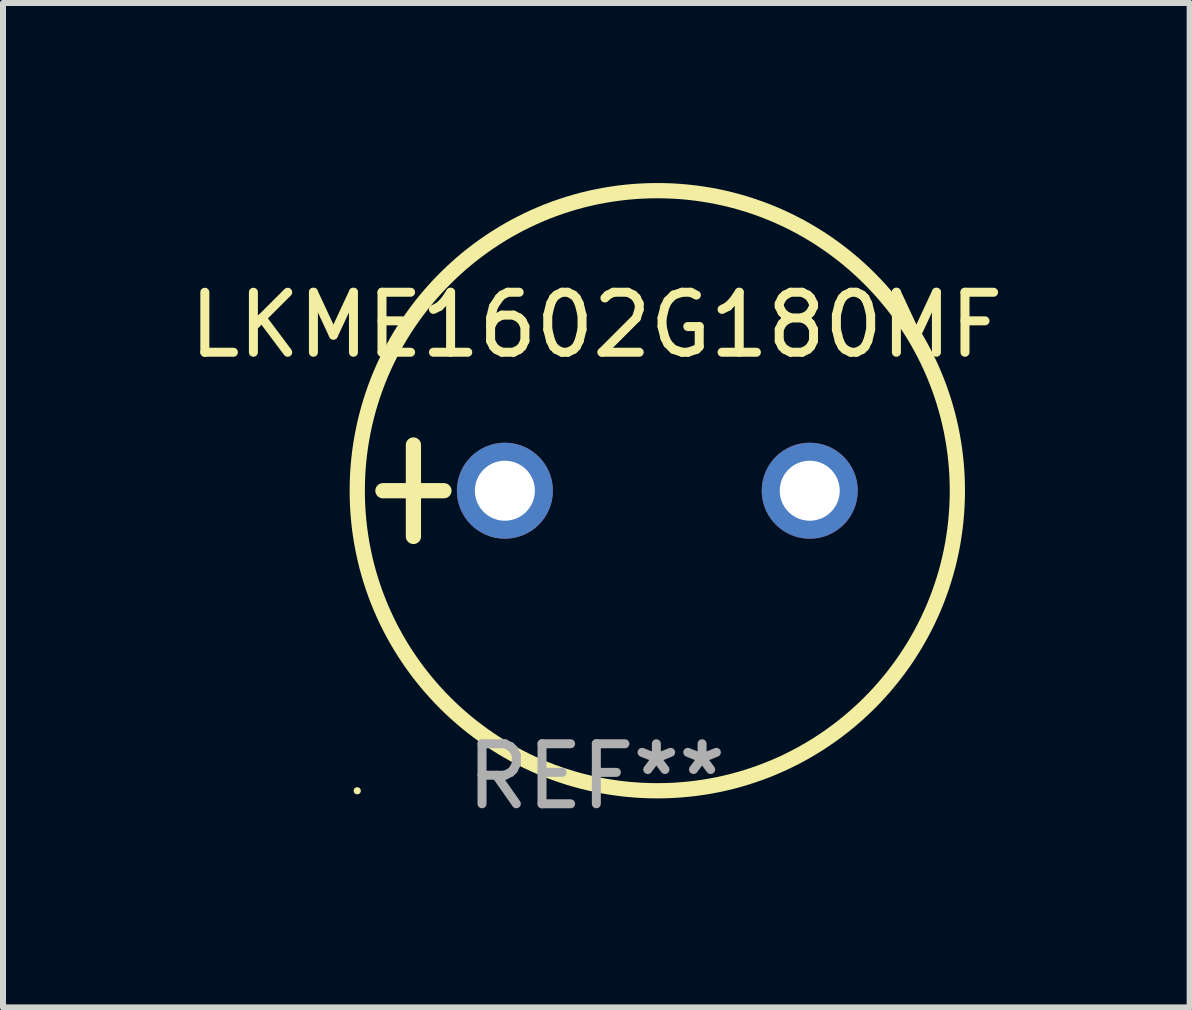
<source format=kicad_pcb>
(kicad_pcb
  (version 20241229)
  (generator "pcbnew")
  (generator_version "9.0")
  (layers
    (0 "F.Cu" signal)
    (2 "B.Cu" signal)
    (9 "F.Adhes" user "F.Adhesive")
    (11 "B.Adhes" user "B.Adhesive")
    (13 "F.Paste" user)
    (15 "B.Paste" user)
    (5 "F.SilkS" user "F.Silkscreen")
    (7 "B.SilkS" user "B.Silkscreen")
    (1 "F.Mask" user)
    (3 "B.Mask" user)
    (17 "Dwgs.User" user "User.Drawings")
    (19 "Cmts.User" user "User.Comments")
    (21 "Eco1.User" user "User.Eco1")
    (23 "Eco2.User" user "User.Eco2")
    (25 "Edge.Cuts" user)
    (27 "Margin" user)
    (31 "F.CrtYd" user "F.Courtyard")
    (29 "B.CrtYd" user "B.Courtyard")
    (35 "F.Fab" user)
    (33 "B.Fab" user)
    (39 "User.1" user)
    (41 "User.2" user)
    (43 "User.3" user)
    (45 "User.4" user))
  (footprint "LKME1602G180MF"
    (layer "F.Cu")
    (at 6.887 5.127)
    (property "Reference" "LKME1602G180MF" (at 0 -2.762 0) (layer "F.SilkS") (effects (font (size 1 1) (thickness 0.15))))
    (attr through_hole)
    (fp_line (start -3.556 0) (end -2.54 0) (stroke (width 0.254) (type solid)) (layer "F.SilkS"))
    (fp_line (start -3.048 -0.762) (end -3.048 0.762) (stroke (width 0.254) (type solid)) (layer "F.SilkS"))
    (fp_circle (center -3.984 5) (end -3.954 5) (stroke (width 0.06) (type solid)) (fill no) (layer "F.SilkS"))
    (fp_circle (center 1.016 0) (end 6.016 0) (stroke (width 0.254) (type solid)) (fill no) (layer "F.SilkS"))
    (fp_text user "REF**" (at 0 4.762 0) (layer "F.Fab") (effects (font (size 1 1) (thickness 0.15))))
    (pad "1" thru_hole circle (at -1.524 0) (size 1.6 1.6) (drill 1) (layers "*.Cu" "*.Mask"))
    (pad "2" thru_hole circle (at 3.556 0) (size 1.6 1.6) (drill 1) (layers "*.Cu" "*.Mask")))
  (gr_rect
    (start -3 -3)
    (end 16.774 13.737)
    (stroke (width 0.1) (type default))
    (fill no)
    (layer "Edge.Cuts")))
</source>
